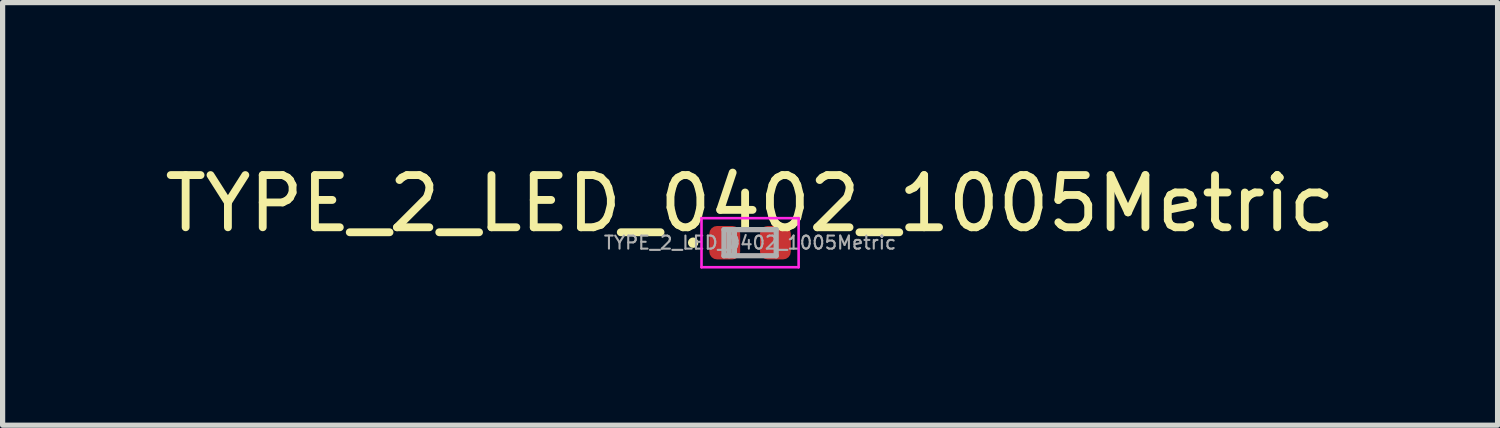
<source format=kicad_pcb>
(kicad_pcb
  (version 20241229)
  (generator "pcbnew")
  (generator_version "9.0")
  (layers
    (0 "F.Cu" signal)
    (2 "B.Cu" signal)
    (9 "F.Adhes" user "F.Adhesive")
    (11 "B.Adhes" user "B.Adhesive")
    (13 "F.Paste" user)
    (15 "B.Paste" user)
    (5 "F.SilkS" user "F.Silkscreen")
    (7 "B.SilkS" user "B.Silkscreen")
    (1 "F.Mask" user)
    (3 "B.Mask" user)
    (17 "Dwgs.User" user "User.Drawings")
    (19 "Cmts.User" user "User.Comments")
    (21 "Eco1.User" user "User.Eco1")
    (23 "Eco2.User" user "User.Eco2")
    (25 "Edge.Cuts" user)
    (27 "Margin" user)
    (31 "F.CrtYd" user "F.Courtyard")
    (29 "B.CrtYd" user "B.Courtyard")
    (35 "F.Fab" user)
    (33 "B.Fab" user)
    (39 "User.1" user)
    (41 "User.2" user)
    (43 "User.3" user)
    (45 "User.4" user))
  (footprint "TYPE_2_LED_0402_1005Metric"
    (layer "F.Cu")
    (at 11.315 1.598)
    (property "Reference" "TYPE_2_LED_0402_1005Metric" (at 0 -0.75 0) (layer "F.SilkS") (effects (font (size 1 1) (thickness 0.15))))
    (attr smd)
    (fp_circle (center -1.09 0) (end -1.04 0) (stroke (width 0.1) (type solid)) (fill no) (layer "F.SilkS"))
    (fp_line (start -0.93 -0.47) (end 0.93 -0.47) (stroke (width 0.05) (type solid)) (layer "F.CrtYd"))
    (fp_line (start -0.93 0.47) (end -0.93 -0.47) (stroke (width 0.05) (type solid)) (layer "F.CrtYd"))
    (fp_line (start 0.93 -0.47) (end 0.93 0.47) (stroke (width 0.05) (type solid)) (layer "F.CrtYd"))
    (fp_line (start 0.93 0.47) (end -0.93 0.47) (stroke (width 0.05) (type solid)) (layer "F.CrtYd"))
    (fp_line (start -0.5 -0.25) (end 0.5 -0.25) (stroke (width 0.1) (type solid)) (layer "F.Fab"))
    (fp_line (start -0.5 0.25) (end -0.5 -0.25) (stroke (width 0.1) (type solid)) (layer "F.Fab"))
    (fp_line (start -0.4 0.25) (end -0.4 -0.25) (stroke (width 0.1) (type solid)) (layer "F.Fab"))
    (fp_line (start -0.3 0.25) (end -0.3 -0.25) (stroke (width 0.1) (type solid)) (layer "F.Fab"))
    (fp_line (start 0.5 -0.25) (end 0.5 0.25) (stroke (width 0.1) (type solid)) (layer "F.Fab"))
    (fp_line (start 0.5 0.25) (end -0.5 0.25) (stroke (width 0.1) (type solid)) (layer "F.Fab"))
    (fp_text user "${REFERENCE}" (at 0 0 0) (layer "F.Fab") (effects (font (size 0.25 0.25) (thickness 0.04))))
    (pad "1" smd roundrect (at -0.485 0) (size 0.59 0.64) (layers "F.Cu" "F.Mask" "F.Paste") (roundrect_rratio 0.25))
    (pad "2" smd roundrect (at 0.485 0) (size 0.59 0.64) (layers "F.Cu" "F.Mask" "F.Paste") (roundrect_rratio 0.25)))
  (gr_rect
    (start -3 -3)
    (end 25.631 5.093)
    (stroke (width 0.1) (type default))
    (fill no)
    (layer "Edge.Cuts")))
</source>
